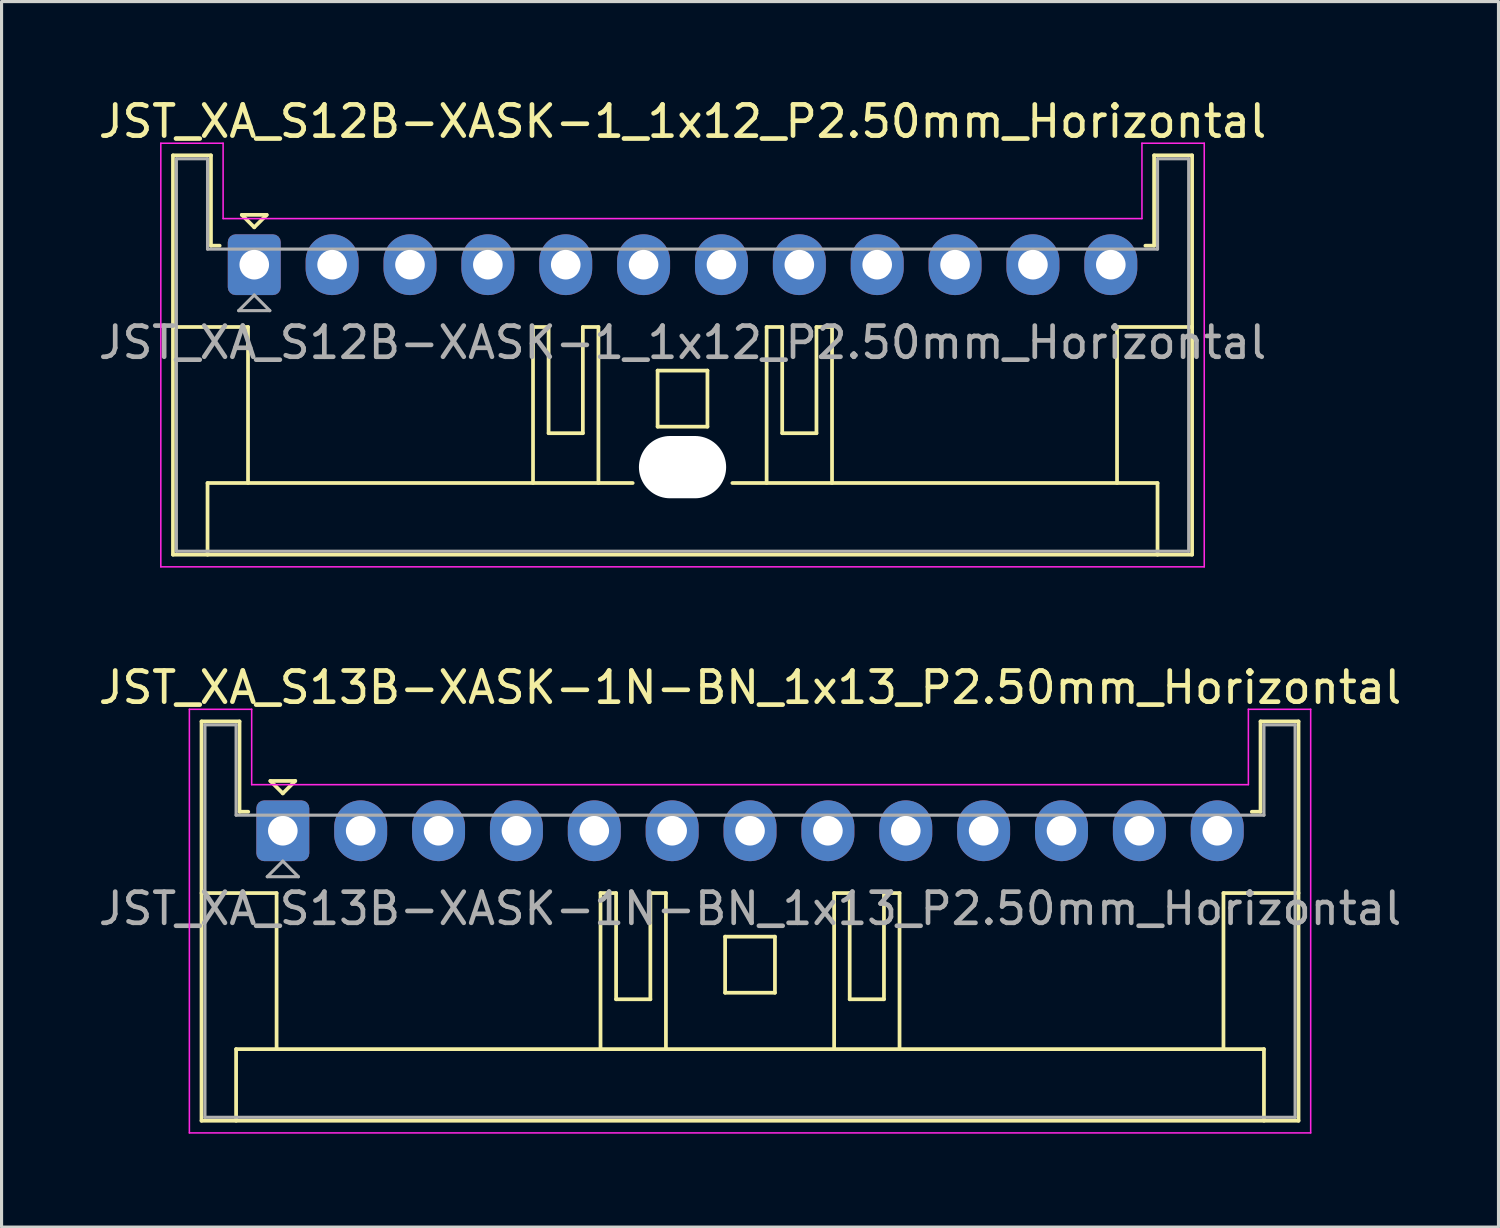
<source format=kicad_pcb>
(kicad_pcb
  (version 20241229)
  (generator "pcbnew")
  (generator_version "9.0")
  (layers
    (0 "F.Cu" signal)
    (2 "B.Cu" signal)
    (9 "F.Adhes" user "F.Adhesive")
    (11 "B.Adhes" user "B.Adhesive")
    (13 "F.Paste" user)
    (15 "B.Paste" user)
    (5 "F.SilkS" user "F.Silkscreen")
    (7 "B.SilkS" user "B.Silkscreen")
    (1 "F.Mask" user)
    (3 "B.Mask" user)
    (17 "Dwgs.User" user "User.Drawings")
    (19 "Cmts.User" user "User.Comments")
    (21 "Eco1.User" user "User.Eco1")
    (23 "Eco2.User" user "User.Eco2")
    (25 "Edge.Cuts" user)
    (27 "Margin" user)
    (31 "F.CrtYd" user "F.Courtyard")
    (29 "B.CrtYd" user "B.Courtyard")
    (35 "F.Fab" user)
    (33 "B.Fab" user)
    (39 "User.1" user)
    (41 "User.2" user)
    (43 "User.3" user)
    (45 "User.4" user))
  (footprint "JST_XA_S13B-XASK-1N-BN_1x13_P2.50mm_Horizontal"
    (layer "F.Cu")
    (at 6.03 23.622)
    (property "Reference" "JST_XA_S13B-XASK-1N-BN_1x13_P2.50mm_Horizontal" (at 15 -4.6 0) (layer "F.SilkS") (effects (font (size 1 1) (thickness 0.15))))
    (attr through_hole)
    (fp_line (start -2.61 -3.51) (end -2.61 9.31) (stroke (width 0.12) (type solid)) (layer "F.SilkS"))
    (fp_line (start -2.61 9.31) (end 32.61 9.31) (stroke (width 0.12) (type solid)) (layer "F.SilkS"))
    (fp_line (start -1.5 7.01) (end 31.5 7.01) (stroke (width 0.12) (type solid)) (layer "F.SilkS"))
    (fp_line (start -1.5 9.31) (end -1.5 7.01) (stroke (width 0.12) (type solid)) (layer "F.SilkS"))
    (fp_line (start -1.39 -3.51) (end -2.61 -3.51) (stroke (width 0.12) (type solid)) (layer "F.SilkS"))
    (fp_line (start -1.39 -0.61) (end -1.39 -3.51) (stroke (width 0.12) (type solid)) (layer "F.SilkS"))
    (fp_line (start -1.11 -0.61) (end -1.39 -0.61) (stroke (width 0.12) (type solid)) (layer "F.SilkS"))
    (fp_line (start -0.4 -1.6) (end 0.4 -1.6) (stroke (width 0.12) (type solid)) (layer "F.SilkS"))
    (fp_line (start -0.2 2) (end -2.61 2) (stroke (width 0.12) (type solid)) (layer "F.SilkS"))
    (fp_line (start -0.2 7.01) (end -0.2 2) (stroke (width 0.12) (type solid)) (layer "F.SilkS"))
    (fp_line (start 0 -1.2) (end -0.4 -1.6) (stroke (width 0.12) (type solid)) (layer "F.SilkS"))
    (fp_line (start 0.4 -1.6) (end 0 -1.2) (stroke (width 0.12) (type solid)) (layer "F.SilkS"))
    (fp_line (start 10.2 2) (end 10.2 7.01) (stroke (width 0.12) (type solid)) (layer "F.SilkS"))
    (fp_line (start 10.7 2) (end 10.2 2) (stroke (width 0.12) (type solid)) (layer "F.SilkS"))
    (fp_line (start 10.7 5.41) (end 10.7 2) (stroke (width 0.12) (type solid)) (layer "F.SilkS"))
    (fp_line (start 11.8 2) (end 11.8 5.41) (stroke (width 0.12) (type solid)) (layer "F.SilkS"))
    (fp_line (start 11.8 5.41) (end 10.7 5.41) (stroke (width 0.12) (type solid)) (layer "F.SilkS"))
    (fp_line (start 12.3 2) (end 11.8 2) (stroke (width 0.12) (type solid)) (layer "F.SilkS"))
    (fp_line (start 12.3 7.01) (end 12.3 2) (stroke (width 0.12) (type solid)) (layer "F.SilkS"))
    (fp_line (start 14.2 3.4) (end 15.8 3.4) (stroke (width 0.12) (type solid)) (layer "F.SilkS"))
    (fp_line (start 14.2 5.2) (end 14.2 3.4) (stroke (width 0.12) (type solid)) (layer "F.SilkS"))
    (fp_line (start 15.8 3.4) (end 15.8 5.2) (stroke (width 0.12) (type solid)) (layer "F.SilkS"))
    (fp_line (start 15.8 5.2) (end 14.2 5.2) (stroke (width 0.12) (type solid)) (layer "F.SilkS"))
    (fp_line (start 17.7 2) (end 18.2 2) (stroke (width 0.12) (type solid)) (layer "F.SilkS"))
    (fp_line (start 17.7 7.01) (end 17.7 2) (stroke (width 0.12) (type solid)) (layer "F.SilkS"))
    (fp_line (start 18.2 2) (end 18.2 5.41) (stroke (width 0.12) (type solid)) (layer "F.SilkS"))
    (fp_line (start 18.2 5.41) (end 19.3 5.41) (stroke (width 0.12) (type solid)) (layer "F.SilkS"))
    (fp_line (start 19.3 2) (end 19.8 2) (stroke (width 0.12) (type solid)) (layer "F.SilkS"))
    (fp_line (start 19.3 5.41) (end 19.3 2) (stroke (width 0.12) (type solid)) (layer "F.SilkS"))
    (fp_line (start 19.8 2) (end 19.8 7.01) (stroke (width 0.12) (type solid)) (layer "F.SilkS"))
    (fp_line (start 30.2 2) (end 32.61 2) (stroke (width 0.12) (type solid)) (layer "F.SilkS"))
    (fp_line (start 30.2 7.01) (end 30.2 2) (stroke (width 0.12) (type solid)) (layer "F.SilkS"))
    (fp_line (start 31.39 -3.51) (end 31.39 -0.61) (stroke (width 0.12) (type solid)) (layer "F.SilkS"))
    (fp_line (start 31.39 -0.61) (end 31.11 -0.61) (stroke (width 0.12) (type solid)) (layer "F.SilkS"))
    (fp_line (start 31.5 7.01) (end 31.5 9.31) (stroke (width 0.12) (type solid)) (layer "F.SilkS"))
    (fp_line (start 32.61 -3.51) (end 31.39 -3.51) (stroke (width 0.12) (type solid)) (layer "F.SilkS"))
    (fp_line (start 32.61 9.31) (end 32.61 -3.51) (stroke (width 0.12) (type solid)) (layer "F.SilkS"))
    (fp_line (start -3 -3.9) (end -3 9.7) (stroke (width 0.05) (type solid)) (layer "F.CrtYd"))
    (fp_line (start -3 9.7) (end 33 9.7) (stroke (width 0.05) (type solid)) (layer "F.CrtYd"))
    (fp_line (start -1 -3.9) (end -3 -3.9) (stroke (width 0.05) (type solid)) (layer "F.CrtYd"))
    (fp_line (start -1 -1.48) (end -1 -3.9) (stroke (width 0.05) (type solid)) (layer "F.CrtYd"))
    (fp_line (start 31 -3.9) (end 31 -1.48) (stroke (width 0.05) (type solid)) (layer "F.CrtYd"))
    (fp_line (start 31 -1.48) (end -1 -1.48) (stroke (width 0.05) (type solid)) (layer "F.CrtYd"))
    (fp_line (start 33 -3.9) (end 31 -3.9) (stroke (width 0.05) (type solid)) (layer "F.CrtYd"))
    (fp_line (start 33 9.7) (end 33 -3.9) (stroke (width 0.05) (type solid)) (layer "F.CrtYd"))
    (fp_line (start -2.5 -3.4) (end -2.5 9.2) (stroke (width 0.1) (type solid)) (layer "F.Fab"))
    (fp_line (start -2.5 9.2) (end 32.5 9.2) (stroke (width 0.1) (type solid)) (layer "F.Fab"))
    (fp_line (start -1.5 -3.4) (end -2.5 -3.4) (stroke (width 0.1) (type solid)) (layer "F.Fab"))
    (fp_line (start -1.5 -0.5) (end -1.5 -3.4) (stroke (width 0.1) (type solid)) (layer "F.Fab"))
    (fp_line (start -0.5 1.475) (end 0.5 1.475) (stroke (width 0.1) (type solid)) (layer "F.Fab"))
    (fp_line (start 0 0.975) (end -0.5 1.475) (stroke (width 0.1) (type solid)) (layer "F.Fab"))
    (fp_line (start 0.5 1.475) (end 0 0.975) (stroke (width 0.1) (type solid)) (layer "F.Fab"))
    (fp_line (start 31.5 -3.4) (end 31.5 -0.5) (stroke (width 0.1) (type solid)) (layer "F.Fab"))
    (fp_line (start 31.5 -0.5) (end -1.5 -0.5) (stroke (width 0.1) (type solid)) (layer "F.Fab"))
    (fp_line (start 32.5 -3.4) (end 31.5 -3.4) (stroke (width 0.1) (type solid)) (layer "F.Fab"))
    (fp_line (start 32.5 9.2) (end 32.5 -3.4) (stroke (width 0.1) (type solid)) (layer "F.Fab"))
    (fp_text user "${REFERENCE}" (at 15 2.5 0) (layer "F.Fab") (effects (font (size 1 1) (thickness 0.15))))
    (pad "1" thru_hole roundrect (at 0 0) (size 1.7 1.95) (drill 0.95) (layers "*.Cu" "*.Mask") (roundrect_rratio 0.147))
    (pad "2" thru_hole oval (at 2.5 0) (size 1.7 1.95) (drill 0.95) (layers "*.Cu" "*.Mask"))
    (pad "3" thru_hole oval (at 5 0) (size 1.7 1.95) (drill 0.95) (layers "*.Cu" "*.Mask"))
    (pad "4" thru_hole oval (at 7.5 0) (size 1.7 1.95) (drill 0.95) (layers "*.Cu" "*.Mask"))
    (pad "5" thru_hole oval (at 10 0) (size 1.7 1.95) (drill 0.95) (layers "*.Cu" "*.Mask"))
    (pad "6" thru_hole oval (at 12.5 0) (size 1.7 1.95) (drill 0.95) (layers "*.Cu" "*.Mask"))
    (pad "7" thru_hole oval (at 15 0) (size 1.7 1.95) (drill 0.95) (layers "*.Cu" "*.Mask"))
    (pad "8" thru_hole oval (at 17.5 0) (size 1.7 1.95) (drill 0.95) (layers "*.Cu" "*.Mask"))
    (pad "9" thru_hole oval (at 20 0) (size 1.7 1.95) (drill 0.95) (layers "*.Cu" "*.Mask"))
    (pad "10" thru_hole oval (at 22.5 0) (size 1.7 1.95) (drill 0.95) (layers "*.Cu" "*.Mask"))
    (pad "11" thru_hole oval (at 25 0) (size 1.7 1.95) (drill 0.95) (layers "*.Cu" "*.Mask"))
    (pad "12" thru_hole oval (at 27.5 0) (size 1.7 1.95) (drill 0.95) (layers "*.Cu" "*.Mask"))
    (pad "13" thru_hole oval (at 30 0) (size 1.7 1.95) (drill 0.95) (layers "*.Cu" "*.Mask")))
  (footprint "JST_XA_S12B-XASK-1_1x12_P2.50mm_Horizontal"
    (layer "F.Cu")
    (at 5.113 5.448)
    (property "Reference" "JST_XA_S12B-XASK-1_1x12_P2.50mm_Horizontal" (at 13.75 -4.6 0) (layer "F.SilkS") (effects (font (size 1 1) (thickness 0.15))))
    (attr through_hole)
    (fp_line (start -2.61 -3.51) (end -2.61 9.31) (stroke (width 0.12) (type solid)) (layer "F.SilkS"))
    (fp_line (start -2.61 9.31) (end 30.11 9.31) (stroke (width 0.12) (type solid)) (layer "F.SilkS"))
    (fp_line (start -1.5 7.01) (end 12.15 7.01) (stroke (width 0.12) (type solid)) (layer "F.SilkS"))
    (fp_line (start -1.5 9.31) (end -1.5 7.01) (stroke (width 0.12) (type solid)) (layer "F.SilkS"))
    (fp_line (start -1.39 -3.51) (end -2.61 -3.51) (stroke (width 0.12) (type solid)) (layer "F.SilkS"))
    (fp_line (start -1.39 -0.61) (end -1.39 -3.51) (stroke (width 0.12) (type solid)) (layer "F.SilkS"))
    (fp_line (start -1.11 -0.61) (end -1.39 -0.61) (stroke (width 0.12) (type solid)) (layer "F.SilkS"))
    (fp_line (start -0.4 -1.6) (end 0.4 -1.6) (stroke (width 0.12) (type solid)) (layer "F.SilkS"))
    (fp_line (start -0.2 2) (end -2.61 2) (stroke (width 0.12) (type solid)) (layer "F.SilkS"))
    (fp_line (start -0.2 7.01) (end -0.2 2) (stroke (width 0.12) (type solid)) (layer "F.SilkS"))
    (fp_line (start 0 -1.2) (end -0.4 -1.6) (stroke (width 0.12) (type solid)) (layer "F.SilkS"))
    (fp_line (start 0.4 -1.6) (end 0 -1.2) (stroke (width 0.12) (type solid)) (layer "F.SilkS"))
    (fp_line (start 8.95 2) (end 8.95 7.01) (stroke (width 0.12) (type solid)) (layer "F.SilkS"))
    (fp_line (start 9.45 2) (end 8.95 2) (stroke (width 0.12) (type solid)) (layer "F.SilkS"))
    (fp_line (start 9.45 5.41) (end 9.45 2) (stroke (width 0.12) (type solid)) (layer "F.SilkS"))
    (fp_line (start 10.55 2) (end 10.55 5.41) (stroke (width 0.12) (type solid)) (layer "F.SilkS"))
    (fp_line (start 10.55 5.41) (end 9.45 5.41) (stroke (width 0.12) (type solid)) (layer "F.SilkS"))
    (fp_line (start 11.05 2) (end 10.55 2) (stroke (width 0.12) (type solid)) (layer "F.SilkS"))
    (fp_line (start 11.05 7.01) (end 11.05 2) (stroke (width 0.12) (type solid)) (layer "F.SilkS"))
    (fp_line (start 12.95 3.4) (end 14.55 3.4) (stroke (width 0.12) (type solid)) (layer "F.SilkS"))
    (fp_line (start 12.95 5.2) (end 12.95 3.4) (stroke (width 0.12) (type solid)) (layer "F.SilkS"))
    (fp_line (start 14.55 3.4) (end 14.55 5.2) (stroke (width 0.12) (type solid)) (layer "F.SilkS"))
    (fp_line (start 14.55 5.2) (end 12.95 5.2) (stroke (width 0.12) (type solid)) (layer "F.SilkS"))
    (fp_line (start 15.35 7.01) (end 29 7.01) (stroke (width 0.12) (type solid)) (layer "F.SilkS"))
    (fp_line (start 16.45 2) (end 16.95 2) (stroke (width 0.12) (type solid)) (layer "F.SilkS"))
    (fp_line (start 16.45 7.01) (end 16.45 2) (stroke (width 0.12) (type solid)) (layer "F.SilkS"))
    (fp_line (start 16.95 2) (end 16.95 5.41) (stroke (width 0.12) (type solid)) (layer "F.SilkS"))
    (fp_line (start 16.95 5.41) (end 18.05 5.41) (stroke (width 0.12) (type solid)) (layer "F.SilkS"))
    (fp_line (start 18.05 2) (end 18.55 2) (stroke (width 0.12) (type solid)) (layer "F.SilkS"))
    (fp_line (start 18.05 5.41) (end 18.05 2) (stroke (width 0.12) (type solid)) (layer "F.SilkS"))
    (fp_line (start 18.55 2) (end 18.55 7.01) (stroke (width 0.12) (type solid)) (layer "F.SilkS"))
    (fp_line (start 27.7 2) (end 30.11 2) (stroke (width 0.12) (type solid)) (layer "F.SilkS"))
    (fp_line (start 27.7 7.01) (end 27.7 2) (stroke (width 0.12) (type solid)) (layer "F.SilkS"))
    (fp_line (start 28.89 -3.51) (end 28.89 -0.61) (stroke (width 0.12) (type solid)) (layer "F.SilkS"))
    (fp_line (start 28.89 -0.61) (end 28.61 -0.61) (stroke (width 0.12) (type solid)) (layer "F.SilkS"))
    (fp_line (start 29 7.01) (end 29 9.31) (stroke (width 0.12) (type solid)) (layer "F.SilkS"))
    (fp_line (start 30.11 -3.51) (end 28.89 -3.51) (stroke (width 0.12) (type solid)) (layer "F.SilkS"))
    (fp_line (start 30.11 9.31) (end 30.11 -3.51) (stroke (width 0.12) (type solid)) (layer "F.SilkS"))
    (fp_line (start -3 -3.9) (end -3 9.7) (stroke (width 0.05) (type solid)) (layer "F.CrtYd"))
    (fp_line (start -3 9.7) (end 30.5 9.7) (stroke (width 0.05) (type solid)) (layer "F.CrtYd"))
    (fp_line (start -1 -3.9) (end -3 -3.9) (stroke (width 0.05) (type solid)) (layer "F.CrtYd"))
    (fp_line (start -1 -1.48) (end -1 -3.9) (stroke (width 0.05) (type solid)) (layer "F.CrtYd"))
    (fp_line (start 28.5 -3.9) (end 28.5 -1.48) (stroke (width 0.05) (type solid)) (layer "F.CrtYd"))
    (fp_line (start 28.5 -1.48) (end -1 -1.48) (stroke (width 0.05) (type solid)) (layer "F.CrtYd"))
    (fp_line (start 30.5 -3.9) (end 28.5 -3.9) (stroke (width 0.05) (type solid)) (layer "F.CrtYd"))
    (fp_line (start 30.5 9.7) (end 30.5 -3.9) (stroke (width 0.05) (type solid)) (layer "F.CrtYd"))
    (fp_line (start -2.5 -3.4) (end -2.5 9.2) (stroke (width 0.1) (type solid)) (layer "F.Fab"))
    (fp_line (start -2.5 9.2) (end 30 9.2) (stroke (width 0.1) (type solid)) (layer "F.Fab"))
    (fp_line (start -1.5 -3.4) (end -2.5 -3.4) (stroke (width 0.1) (type solid)) (layer "F.Fab"))
    (fp_line (start -1.5 -0.5) (end -1.5 -3.4) (stroke (width 0.1) (type solid)) (layer "F.Fab"))
    (fp_line (start -0.5 1.475) (end 0.5 1.475) (stroke (width 0.1) (type solid)) (layer "F.Fab"))
    (fp_line (start 0 0.975) (end -0.5 1.475) (stroke (width 0.1) (type solid)) (layer "F.Fab"))
    (fp_line (start 0.5 1.475) (end 0 0.975) (stroke (width 0.1) (type solid)) (layer "F.Fab"))
    (fp_line (start 29 -3.4) (end 29 -0.5) (stroke (width 0.1) (type solid)) (layer "F.Fab"))
    (fp_line (start 29 -0.5) (end -1.5 -0.5) (stroke (width 0.1) (type solid)) (layer "F.Fab"))
    (fp_line (start 30 -3.4) (end 29 -3.4) (stroke (width 0.1) (type solid)) (layer "F.Fab"))
    (fp_line (start 30 9.2) (end 30 -3.4) (stroke (width 0.1) (type solid)) (layer "F.Fab"))
    (fp_text user "${REFERENCE}" (at 13.75 2.5 0) (layer "F.Fab") (effects (font (size 1 1) (thickness 0.15))))
    (pad "" np_thru_hole oval (at 13.75 6.5) (size 2.8 2) (drill oval 2.8 2) (layers "*.Cu" "*.Mask"))
    (pad "1" thru_hole roundrect (at 0 0) (size 1.7 1.95) (drill 0.95) (layers "*.Cu" "*.Mask") (roundrect_rratio 0.147))
    (pad "2" thru_hole oval (at 2.5 0) (size 1.7 1.95) (drill 0.95) (layers "*.Cu" "*.Mask"))
    (pad "3" thru_hole oval (at 5 0) (size 1.7 1.95) (drill 0.95) (layers "*.Cu" "*.Mask"))
    (pad "4" thru_hole oval (at 7.5 0) (size 1.7 1.95) (drill 0.95) (layers "*.Cu" "*.Mask"))
    (pad "5" thru_hole oval (at 10 0) (size 1.7 1.95) (drill 0.95) (layers "*.Cu" "*.Mask"))
    (pad "6" thru_hole oval (at 12.5 0) (size 1.7 1.95) (drill 0.95) (layers "*.Cu" "*.Mask"))
    (pad "7" thru_hole oval (at 15 0) (size 1.7 1.95) (drill 0.95) (layers "*.Cu" "*.Mask"))
    (pad "8" thru_hole oval (at 17.5 0) (size 1.7 1.95) (drill 0.95) (layers "*.Cu" "*.Mask"))
    (pad "9" thru_hole oval (at 20 0) (size 1.7 1.95) (drill 0.95) (layers "*.Cu" "*.Mask"))
    (pad "10" thru_hole oval (at 22.5 0) (size 1.7 1.95) (drill 0.95) (layers "*.Cu" "*.Mask"))
    (pad "11" thru_hole oval (at 25 0) (size 1.7 1.95) (drill 0.95) (layers "*.Cu" "*.Mask"))
    (pad "12" thru_hole oval (at 27.5 0) (size 1.7 1.95) (drill 0.95) (layers "*.Cu" "*.Mask")))
  (gr_rect
    (start -3 -3)
    (end 45.06 36.346)
    (stroke (width 0.1) (type default))
    (fill no)
    (layer "Edge.Cuts")))
</source>
